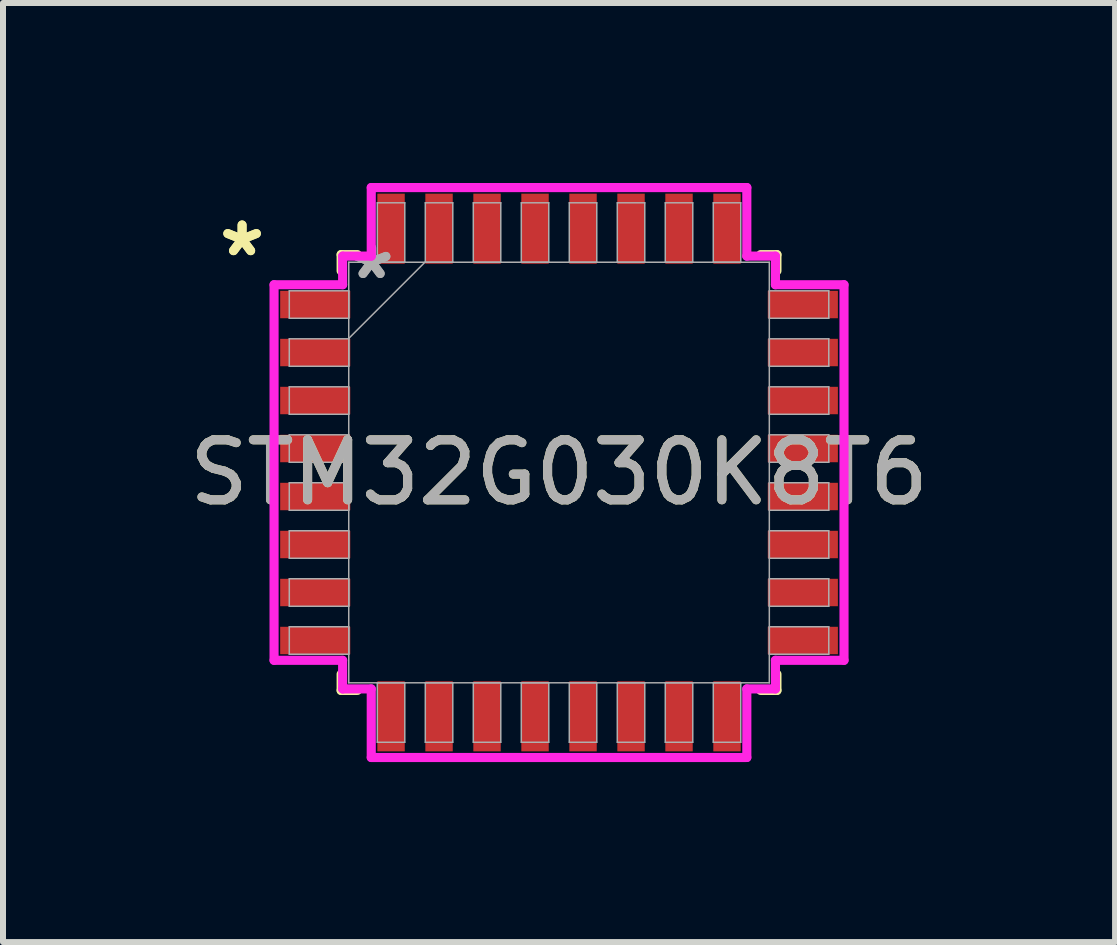
<source format=kicad_pcb>
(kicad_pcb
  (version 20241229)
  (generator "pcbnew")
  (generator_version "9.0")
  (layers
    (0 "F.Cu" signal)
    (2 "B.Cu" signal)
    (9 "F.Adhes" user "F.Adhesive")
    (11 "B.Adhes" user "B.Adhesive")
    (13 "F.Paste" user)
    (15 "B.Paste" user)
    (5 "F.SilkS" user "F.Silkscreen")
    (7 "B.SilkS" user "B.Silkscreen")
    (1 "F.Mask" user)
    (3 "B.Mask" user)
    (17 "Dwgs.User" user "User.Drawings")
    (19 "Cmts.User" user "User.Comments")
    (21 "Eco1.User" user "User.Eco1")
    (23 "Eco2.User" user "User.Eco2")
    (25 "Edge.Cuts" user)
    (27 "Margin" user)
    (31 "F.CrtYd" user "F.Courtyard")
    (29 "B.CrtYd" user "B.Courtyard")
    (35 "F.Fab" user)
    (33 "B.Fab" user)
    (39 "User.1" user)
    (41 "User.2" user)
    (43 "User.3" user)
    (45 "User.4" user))
  (footprint "STM32G030K8T6"
    (layer "F.Cu")
    (at 6.268 4.826)
    (property "Reference" "STM32G030K8T6" (at 0 0 0) (unlocked yes) (layer "F.SilkS") (effects (font (size 1 1) (thickness 0.15))))
    (attr smd)
    (fp_line (start -3.632 -3.632) (end -3.632 -3.361) (stroke (width 0.152) (type solid)) (layer "F.SilkS"))
    (fp_line (start -3.632 3.361) (end -3.632 3.632) (stroke (width 0.152) (type solid)) (layer "F.SilkS"))
    (fp_line (start -3.632 3.632) (end -3.361 3.632) (stroke (width 0.152) (type solid)) (layer "F.SilkS"))
    (fp_line (start -3.361 -3.632) (end -3.632 -3.632) (stroke (width 0.152) (type solid)) (layer "F.SilkS"))
    (fp_line (start 3.361 3.632) (end 3.632 3.632) (stroke (width 0.152) (type solid)) (layer "F.SilkS"))
    (fp_line (start 3.632 -3.632) (end 3.361 -3.632) (stroke (width 0.152) (type solid)) (layer "F.SilkS"))
    (fp_line (start 3.632 -3.361) (end 3.632 -3.632) (stroke (width 0.152) (type solid)) (layer "F.SilkS"))
    (fp_line (start 3.632 3.632) (end 3.632 3.361) (stroke (width 0.152) (type solid)) (layer "F.SilkS"))
    (fp_line (start -4.75 -3.13) (end -3.607 -3.13) (stroke (width 0.152) (type solid)) (layer "F.CrtYd"))
    (fp_line (start -4.75 3.13) (end -4.75 -3.13) (stroke (width 0.152) (type solid)) (layer "F.CrtYd"))
    (fp_line (start -3.607 -3.607) (end -3.13 -3.607) (stroke (width 0.152) (type solid)) (layer "F.CrtYd"))
    (fp_line (start -3.607 -3.13) (end -3.607 -3.607) (stroke (width 0.152) (type solid)) (layer "F.CrtYd"))
    (fp_line (start -3.607 3.13) (end -4.75 3.13) (stroke (width 0.152) (type solid)) (layer "F.CrtYd"))
    (fp_line (start -3.607 3.607) (end -3.607 3.13) (stroke (width 0.152) (type solid)) (layer "F.CrtYd"))
    (fp_line (start -3.607 3.607) (end -3.13 3.607) (stroke (width 0.152) (type solid)) (layer "F.CrtYd"))
    (fp_line (start -3.13 -4.75) (end 3.13 -4.75) (stroke (width 0.152) (type solid)) (layer "F.CrtYd"))
    (fp_line (start -3.13 -3.607) (end -3.13 -4.75) (stroke (width 0.152) (type solid)) (layer "F.CrtYd"))
    (fp_line (start -3.13 3.607) (end -3.13 4.75) (stroke (width 0.152) (type solid)) (layer "F.CrtYd"))
    (fp_line (start -3.13 4.75) (end 3.13 4.75) (stroke (width 0.152) (type solid)) (layer "F.CrtYd"))
    (fp_line (start 3.13 -4.75) (end 3.13 -3.607) (stroke (width 0.152) (type solid)) (layer "F.CrtYd"))
    (fp_line (start 3.13 -3.607) (end 3.607 -3.607) (stroke (width 0.152) (type solid)) (layer "F.CrtYd"))
    (fp_line (start 3.13 3.607) (end 3.607 3.607) (stroke (width 0.152) (type solid)) (layer "F.CrtYd"))
    (fp_line (start 3.13 4.75) (end 3.13 3.607) (stroke (width 0.152) (type solid)) (layer "F.CrtYd"))
    (fp_line (start 3.607 -3.13) (end 3.607 -3.607) (stroke (width 0.152) (type solid)) (layer "F.CrtYd"))
    (fp_line (start 3.607 3.13) (end 4.75 3.13) (stroke (width 0.152) (type solid)) (layer "F.CrtYd"))
    (fp_line (start 3.607 3.607) (end 3.607 3.13) (stroke (width 0.152) (type solid)) (layer "F.CrtYd"))
    (fp_line (start 4.75 -3.13) (end 3.607 -3.13) (stroke (width 0.152) (type solid)) (layer "F.CrtYd"))
    (fp_line (start 4.75 3.13) (end 4.75 -3.13) (stroke (width 0.152) (type solid)) (layer "F.CrtYd"))
    (fp_line (start -4.496 -3.029) (end -4.496 -2.571) (stroke (width 0.025) (type solid)) (layer "F.Fab"))
    (fp_line (start -4.496 -2.571) (end -3.505 -2.571) (stroke (width 0.025) (type solid)) (layer "F.Fab"))
    (fp_line (start -4.496 -2.229) (end -4.496 -1.771) (stroke (width 0.025) (type solid)) (layer "F.Fab"))
    (fp_line (start -4.496 -1.771) (end -3.505 -1.771) (stroke (width 0.025) (type solid)) (layer "F.Fab"))
    (fp_line (start -4.496 -1.429) (end -4.496 -0.971) (stroke (width 0.025) (type solid)) (layer "F.Fab"))
    (fp_line (start -4.496 -0.971) (end -3.505 -0.971) (stroke (width 0.025) (type solid)) (layer "F.Fab"))
    (fp_line (start -4.496 -0.629) (end -4.496 -0.171) (stroke (width 0.025) (type solid)) (layer "F.Fab"))
    (fp_line (start -4.496 -0.171) (end -3.505 -0.171) (stroke (width 0.025) (type solid)) (layer "F.Fab"))
    (fp_line (start -4.496 0.171) (end -4.496 0.629) (stroke (width 0.025) (type solid)) (layer "F.Fab"))
    (fp_line (start -4.496 0.629) (end -3.505 0.629) (stroke (width 0.025) (type solid)) (layer "F.Fab"))
    (fp_line (start -4.496 0.971) (end -4.496 1.429) (stroke (width 0.025) (type solid)) (layer "F.Fab"))
    (fp_line (start -4.496 1.429) (end -3.505 1.429) (stroke (width 0.025) (type solid)) (layer "F.Fab"))
    (fp_line (start -4.496 1.771) (end -4.496 2.229) (stroke (width 0.025) (type solid)) (layer "F.Fab"))
    (fp_line (start -4.496 2.229) (end -3.505 2.229) (stroke (width 0.025) (type solid)) (layer "F.Fab"))
    (fp_line (start -4.496 2.571) (end -4.496 3.029) (stroke (width 0.025) (type solid)) (layer "F.Fab"))
    (fp_line (start -4.496 3.029) (end -3.505 3.029) (stroke (width 0.025) (type solid)) (layer "F.Fab"))
    (fp_line (start -3.505 -3.505) (end -3.505 3.505) (stroke (width 0.025) (type solid)) (layer "F.Fab"))
    (fp_line (start -3.505 -3.029) (end -4.496 -3.029) (stroke (width 0.025) (type solid)) (layer "F.Fab"))
    (fp_line (start -3.505 -2.571) (end -3.505 -3.029) (stroke (width 0.025) (type solid)) (layer "F.Fab"))
    (fp_line (start -3.505 -2.235) (end -2.235 -3.505) (stroke (width 0.025) (type solid)) (layer "F.Fab"))
    (fp_line (start -3.505 -2.229) (end -4.496 -2.229) (stroke (width 0.025) (type solid)) (layer "F.Fab"))
    (fp_line (start -3.505 -1.771) (end -3.505 -2.229) (stroke (width 0.025) (type solid)) (layer "F.Fab"))
    (fp_line (start -3.505 -1.429) (end -4.496 -1.429) (stroke (width 0.025) (type solid)) (layer "F.Fab"))
    (fp_line (start -3.505 -0.971) (end -3.505 -1.429) (stroke (width 0.025) (type solid)) (layer "F.Fab"))
    (fp_line (start -3.505 -0.629) (end -4.496 -0.629) (stroke (width 0.025) (type solid)) (layer "F.Fab"))
    (fp_line (start -3.505 -0.171) (end -3.505 -0.629) (stroke (width 0.025) (type solid)) (layer "F.Fab"))
    (fp_line (start -3.505 0.171) (end -4.496 0.171) (stroke (width 0.025) (type solid)) (layer "F.Fab"))
    (fp_line (start -3.505 0.629) (end -3.505 0.171) (stroke (width 0.025) (type solid)) (layer "F.Fab"))
    (fp_line (start -3.505 0.971) (end -4.496 0.971) (stroke (width 0.025) (type solid)) (layer "F.Fab"))
    (fp_line (start -3.505 1.429) (end -3.505 0.971) (stroke (width 0.025) (type solid)) (layer "F.Fab"))
    (fp_line (start -3.505 1.771) (end -4.496 1.771) (stroke (width 0.025) (type solid)) (layer "F.Fab"))
    (fp_line (start -3.505 2.229) (end -3.505 1.771) (stroke (width 0.025) (type solid)) (layer "F.Fab"))
    (fp_line (start -3.505 2.571) (end -4.496 2.571) (stroke (width 0.025) (type solid)) (layer "F.Fab"))
    (fp_line (start -3.505 3.029) (end -3.505 2.571) (stroke (width 0.025) (type solid)) (layer "F.Fab"))
    (fp_line (start -3.505 3.505) (end 3.505 3.505) (stroke (width 0.025) (type solid)) (layer "F.Fab"))
    (fp_line (start -3.029 -4.496) (end -3.029 -3.505) (stroke (width 0.025) (type solid)) (layer "F.Fab"))
    (fp_line (start -3.029 -3.505) (end -2.571 -3.505) (stroke (width 0.025) (type solid)) (layer "F.Fab"))
    (fp_line (start -3.029 3.505) (end -3.029 4.496) (stroke (width 0.025) (type solid)) (layer "F.Fab"))
    (fp_line (start -3.029 4.496) (end -2.571 4.496) (stroke (width 0.025) (type solid)) (layer "F.Fab"))
    (fp_line (start -2.571 -4.496) (end -3.029 -4.496) (stroke (width 0.025) (type solid)) (layer "F.Fab"))
    (fp_line (start -2.571 -3.505) (end -2.571 -4.496) (stroke (width 0.025) (type solid)) (layer "F.Fab"))
    (fp_line (start -2.571 3.505) (end -3.029 3.505) (stroke (width 0.025) (type solid)) (layer "F.Fab"))
    (fp_line (start -2.571 4.496) (end -2.571 3.505) (stroke (width 0.025) (type solid)) (layer "F.Fab"))
    (fp_line (start -2.229 -4.496) (end -2.229 -3.505) (stroke (width 0.025) (type solid)) (layer "F.Fab"))
    (fp_line (start -2.229 -3.505) (end -1.771 -3.505) (stroke (width 0.025) (type solid)) (layer "F.Fab"))
    (fp_line (start -2.229 3.505) (end -2.229 4.496) (stroke (width 0.025) (type solid)) (layer "F.Fab"))
    (fp_line (start -2.229 4.496) (end -1.771 4.496) (stroke (width 0.025) (type solid)) (layer "F.Fab"))
    (fp_line (start -1.771 -4.496) (end -2.229 -4.496) (stroke (width 0.025) (type solid)) (layer "F.Fab"))
    (fp_line (start -1.771 -3.505) (end -1.771 -4.496) (stroke (width 0.025) (type solid)) (layer "F.Fab"))
    (fp_line (start -1.771 3.505) (end -2.229 3.505) (stroke (width 0.025) (type solid)) (layer "F.Fab"))
    (fp_line (start -1.771 4.496) (end -1.771 3.505) (stroke (width 0.025) (type solid)) (layer "F.Fab"))
    (fp_line (start -1.429 -4.496) (end -1.429 -3.505) (stroke (width 0.025) (type solid)) (layer "F.Fab"))
    (fp_line (start -1.429 -3.505) (end -0.971 -3.505) (stroke (width 0.025) (type solid)) (layer "F.Fab"))
    (fp_line (start -1.429 3.505) (end -1.429 4.496) (stroke (width 0.025) (type solid)) (layer "F.Fab"))
    (fp_line (start -1.429 4.496) (end -0.971 4.496) (stroke (width 0.025) (type solid)) (layer "F.Fab"))
    (fp_line (start -0.971 -4.496) (end -1.429 -4.496) (stroke (width 0.025) (type solid)) (layer "F.Fab"))
    (fp_line (start -0.971 -3.505) (end -0.971 -4.496) (stroke (width 0.025) (type solid)) (layer "F.Fab"))
    (fp_line (start -0.971 3.505) (end -1.429 3.505) (stroke (width 0.025) (type solid)) (layer "F.Fab"))
    (fp_line (start -0.971 4.496) (end -0.971 3.505) (stroke (width 0.025) (type solid)) (layer "F.Fab"))
    (fp_line (start -0.629 -4.496) (end -0.629 -3.505) (stroke (width 0.025) (type solid)) (layer "F.Fab"))
    (fp_line (start -0.629 -3.505) (end -0.171 -3.505) (stroke (width 0.025) (type solid)) (layer "F.Fab"))
    (fp_line (start -0.629 3.505) (end -0.629 4.496) (stroke (width 0.025) (type solid)) (layer "F.Fab"))
    (fp_line (start -0.629 4.496) (end -0.171 4.496) (stroke (width 0.025) (type solid)) (layer "F.Fab"))
    (fp_line (start -0.171 -4.496) (end -0.629 -4.496) (stroke (width 0.025) (type solid)) (layer "F.Fab"))
    (fp_line (start -0.171 -3.505) (end -0.171 -4.496) (stroke (width 0.025) (type solid)) (layer "F.Fab"))
    (fp_line (start -0.171 3.505) (end -0.629 3.505) (stroke (width 0.025) (type solid)) (layer "F.Fab"))
    (fp_line (start -0.171 4.496) (end -0.171 3.505) (stroke (width 0.025) (type solid)) (layer "F.Fab"))
    (fp_line (start 0.171 -4.496) (end 0.171 -3.505) (stroke (width 0.025) (type solid)) (layer "F.Fab"))
    (fp_line (start 0.171 -3.505) (end 0.629 -3.505) (stroke (width 0.025) (type solid)) (layer "F.Fab"))
    (fp_line (start 0.171 3.505) (end 0.171 4.496) (stroke (width 0.025) (type solid)) (layer "F.Fab"))
    (fp_line (start 0.171 4.496) (end 0.629 4.496) (stroke (width 0.025) (type solid)) (layer "F.Fab"))
    (fp_line (start 0.629 -4.496) (end 0.171 -4.496) (stroke (width 0.025) (type solid)) (layer "F.Fab"))
    (fp_line (start 0.629 -3.505) (end 0.629 -4.496) (stroke (width 0.025) (type solid)) (layer "F.Fab"))
    (fp_line (start 0.629 3.505) (end 0.171 3.505) (stroke (width 0.025) (type solid)) (layer "F.Fab"))
    (fp_line (start 0.629 4.496) (end 0.629 3.505) (stroke (width 0.025) (type solid)) (layer "F.Fab"))
    (fp_line (start 0.971 -4.496) (end 0.971 -3.505) (stroke (width 0.025) (type solid)) (layer "F.Fab"))
    (fp_line (start 0.971 -3.505) (end 1.429 -3.505) (stroke (width 0.025) (type solid)) (layer "F.Fab"))
    (fp_line (start 0.971 3.505) (end 0.971 4.496) (stroke (width 0.025) (type solid)) (layer "F.Fab"))
    (fp_line (start 0.971 4.496) (end 1.429 4.496) (stroke (width 0.025) (type solid)) (layer "F.Fab"))
    (fp_line (start 1.429 -4.496) (end 0.971 -4.496) (stroke (width 0.025) (type solid)) (layer "F.Fab"))
    (fp_line (start 1.429 -3.505) (end 1.429 -4.496) (stroke (width 0.025) (type solid)) (layer "F.Fab"))
    (fp_line (start 1.429 3.505) (end 0.971 3.505) (stroke (width 0.025) (type solid)) (layer "F.Fab"))
    (fp_line (start 1.429 4.496) (end 1.429 3.505) (stroke (width 0.025) (type solid)) (layer "F.Fab"))
    (fp_line (start 1.771 -4.496) (end 1.771 -3.505) (stroke (width 0.025) (type solid)) (layer "F.Fab"))
    (fp_line (start 1.771 -3.505) (end 2.229 -3.505) (stroke (width 0.025) (type solid)) (layer "F.Fab"))
    (fp_line (start 1.771 3.505) (end 1.771 4.496) (stroke (width 0.025) (type solid)) (layer "F.Fab"))
    (fp_line (start 1.771 4.496) (end 2.229 4.496) (stroke (width 0.025) (type solid)) (layer "F.Fab"))
    (fp_line (start 2.229 -4.496) (end 1.771 -4.496) (stroke (width 0.025) (type solid)) (layer "F.Fab"))
    (fp_line (start 2.229 -3.505) (end 2.229 -4.496) (stroke (width 0.025) (type solid)) (layer "F.Fab"))
    (fp_line (start 2.229 3.505) (end 1.771 3.505) (stroke (width 0.025) (type solid)) (layer "F.Fab"))
    (fp_line (start 2.229 4.496) (end 2.229 3.505) (stroke (width 0.025) (type solid)) (layer "F.Fab"))
    (fp_line (start 2.571 -4.496) (end 2.571 -3.505) (stroke (width 0.025) (type solid)) (layer "F.Fab"))
    (fp_line (start 2.571 -3.505) (end 3.029 -3.505) (stroke (width 0.025) (type solid)) (layer "F.Fab"))
    (fp_line (start 2.571 3.505) (end 2.571 4.496) (stroke (width 0.025) (type solid)) (layer "F.Fab"))
    (fp_line (start 2.571 4.496) (end 3.029 4.496) (stroke (width 0.025) (type solid)) (layer "F.Fab"))
    (fp_line (start 3.029 -4.496) (end 2.571 -4.496) (stroke (width 0.025) (type solid)) (layer "F.Fab"))
    (fp_line (start 3.029 -3.505) (end 3.029 -4.496) (stroke (width 0.025) (type solid)) (layer "F.Fab"))
    (fp_line (start 3.029 3.505) (end 2.571 3.505) (stroke (width 0.025) (type solid)) (layer "F.Fab"))
    (fp_line (start 3.029 4.496) (end 3.029 3.505) (stroke (width 0.025) (type solid)) (layer "F.Fab"))
    (fp_line (start 3.505 -3.505) (end -3.505 -3.505) (stroke (width 0.025) (type solid)) (layer "F.Fab"))
    (fp_line (start 3.505 -3.029) (end 3.505 -2.571) (stroke (width 0.025) (type solid)) (layer "F.Fab"))
    (fp_line (start 3.505 -2.571) (end 4.496 -2.571) (stroke (width 0.025) (type solid)) (layer "F.Fab"))
    (fp_line (start 3.505 -2.229) (end 3.505 -1.771) (stroke (width 0.025) (type solid)) (layer "F.Fab"))
    (fp_line (start 3.505 -1.771) (end 4.496 -1.771) (stroke (width 0.025) (type solid)) (layer "F.Fab"))
    (fp_line (start 3.505 -1.429) (end 3.505 -0.971) (stroke (width 0.025) (type solid)) (layer "F.Fab"))
    (fp_line (start 3.505 -0.971) (end 4.496 -0.971) (stroke (width 0.025) (type solid)) (layer "F.Fab"))
    (fp_line (start 3.505 -0.629) (end 3.505 -0.171) (stroke (width 0.025) (type solid)) (layer "F.Fab"))
    (fp_line (start 3.505 -0.171) (end 4.496 -0.171) (stroke (width 0.025) (type solid)) (layer "F.Fab"))
    (fp_line (start 3.505 0.171) (end 3.505 0.629) (stroke (width 0.025) (type solid)) (layer "F.Fab"))
    (fp_line (start 3.505 0.629) (end 4.496 0.629) (stroke (width 0.025) (type solid)) (layer "F.Fab"))
    (fp_line (start 3.505 0.971) (end 3.505 1.429) (stroke (width 0.025) (type solid)) (layer "F.Fab"))
    (fp_line (start 3.505 1.429) (end 4.496 1.429) (stroke (width 0.025) (type solid)) (layer "F.Fab"))
    (fp_line (start 3.505 1.771) (end 3.505 2.229) (stroke (width 0.025) (type solid)) (layer "F.Fab"))
    (fp_line (start 3.505 2.229) (end 4.496 2.229) (stroke (width 0.025) (type solid)) (layer "F.Fab"))
    (fp_line (start 3.505 2.571) (end 3.505 3.029) (stroke (width 0.025) (type solid)) (layer "F.Fab"))
    (fp_line (start 3.505 3.029) (end 4.496 3.029) (stroke (width 0.025) (type solid)) (layer "F.Fab"))
    (fp_line (start 3.505 3.505) (end 3.505 -3.505) (stroke (width 0.025) (type solid)) (layer "F.Fab"))
    (fp_line (start 4.496 -3.029) (end 3.505 -3.029) (stroke (width 0.025) (type solid)) (layer "F.Fab"))
    (fp_line (start 4.496 -2.571) (end 4.496 -3.029) (stroke (width 0.025) (type solid)) (layer "F.Fab"))
    (fp_line (start 4.496 -2.229) (end 3.505 -2.229) (stroke (width 0.025) (type solid)) (layer "F.Fab"))
    (fp_line (start 4.496 -1.771) (end 4.496 -2.229) (stroke (width 0.025) (type solid)) (layer "F.Fab"))
    (fp_line (start 4.496 -1.429) (end 3.505 -1.429) (stroke (width 0.025) (type solid)) (layer "F.Fab"))
    (fp_line (start 4.496 -0.971) (end 4.496 -1.429) (stroke (width 0.025) (type solid)) (layer "F.Fab"))
    (fp_line (start 4.496 -0.629) (end 3.505 -0.629) (stroke (width 0.025) (type solid)) (layer "F.Fab"))
    (fp_line (start 4.496 -0.171) (end 4.496 -0.629) (stroke (width 0.025) (type solid)) (layer "F.Fab"))
    (fp_line (start 4.496 0.171) (end 3.505 0.171) (stroke (width 0.025) (type solid)) (layer "F.Fab"))
    (fp_line (start 4.496 0.629) (end 4.496 0.171) (stroke (width 0.025) (type solid)) (layer "F.Fab"))
    (fp_line (start 4.496 0.971) (end 3.505 0.971) (stroke (width 0.025) (type solid)) (layer "F.Fab"))
    (fp_line (start 4.496 1.429) (end 4.496 0.971) (stroke (width 0.025) (type solid)) (layer "F.Fab"))
    (fp_line (start 4.496 1.771) (end 3.505 1.771) (stroke (width 0.025) (type solid)) (layer "F.Fab"))
    (fp_line (start 4.496 2.229) (end 4.496 1.771) (stroke (width 0.025) (type solid)) (layer "F.Fab"))
    (fp_line (start 4.496 2.571) (end 3.505 2.571) (stroke (width 0.025) (type solid)) (layer "F.Fab"))
    (fp_line (start 4.496 3.029) (end 4.496 2.571) (stroke (width 0.025) (type solid)) (layer "F.Fab"))
    (fp_text user "*" (at -5.283 -3.581 0) (unlocked yes) (layer "F.SilkS") (effects (font (size 1 1) (thickness 0.15))))
    (fp_text user "*" (at -5.283 -3.581 0) (layer "F.SilkS") (effects (font (size 1 1) (thickness 0.15))))
    (fp_text user "*" (at -3.124 -3.2 0) (layer "F.Fab") (effects (font (size 1 1) (thickness 0.15))))
    (fp_text user "*" (at -3.124 -3.2 0) (unlocked yes) (layer "F.Fab") (effects (font (size 1 1) (thickness 0.15))))
    (fp_text user "${REFERENCE}" (at 0 0 0) (unlocked yes) (layer "F.Fab") (effects (font (size 1 1) (thickness 0.15))))
    (pad "1" smd rect (at -4.064 -2.8 90) (size 0.457 1.168) (layers "F.Cu" "F.Mask" "F.Paste"))
    (pad "2" smd rect (at -4.064 -2 90) (size 0.457 1.168) (layers "F.Cu" "F.Mask" "F.Paste"))
    (pad "3" smd rect (at -4.064 -1.2 90) (size 0.457 1.168) (layers "F.Cu" "F.Mask" "F.Paste"))
    (pad "4" smd rect (at -4.064 -0.4 90) (size 0.457 1.168) (layers "F.Cu" "F.Mask" "F.Paste"))
    (pad "5" smd rect (at -4.064 0.4 90) (size 0.457 1.168) (layers "F.Cu" "F.Mask" "F.Paste"))
    (pad "6" smd rect (at -4.064 1.2 90) (size 0.457 1.168) (layers "F.Cu" "F.Mask" "F.Paste"))
    (pad "7" smd rect (at -4.064 2 90) (size 0.457 1.168) (layers "F.Cu" "F.Mask" "F.Paste"))
    (pad "8" smd rect (at -4.064 2.8 90) (size 0.457 1.168) (layers "F.Cu" "F.Mask" "F.Paste"))
    (pad "9" smd rect (at -2.8 4.064) (size 0.457 1.168) (layers "F.Cu" "F.Mask" "F.Paste"))
    (pad "10" smd rect (at -2 4.064) (size 0.457 1.168) (layers "F.Cu" "F.Mask" "F.Paste"))
    (pad "11" smd rect (at -1.2 4.064) (size 0.457 1.168) (layers "F.Cu" "F.Mask" "F.Paste"))
    (pad "12" smd rect (at -0.4 4.064) (size 0.457 1.168) (layers "F.Cu" "F.Mask" "F.Paste"))
    (pad "13" smd rect (at 0.4 4.064) (size 0.457 1.168) (layers "F.Cu" "F.Mask" "F.Paste"))
    (pad "14" smd rect (at 1.2 4.064) (size 0.457 1.168) (layers "F.Cu" "F.Mask" "F.Paste"))
    (pad "15" smd rect (at 2 4.064) (size 0.457 1.168) (layers "F.Cu" "F.Mask" "F.Paste"))
    (pad "16" smd rect (at 2.8 4.064) (size 0.457 1.168) (layers "F.Cu" "F.Mask" "F.Paste"))
    (pad "17" smd rect (at 4.064 2.8 90) (size 0.457 1.168) (layers "F.Cu" "F.Mask" "F.Paste"))
    (pad "18" smd rect (at 4.064 2 90) (size 0.457 1.168) (layers "F.Cu" "F.Mask" "F.Paste"))
    (pad "19" smd rect (at 4.064 1.2 90) (size 0.457 1.168) (layers "F.Cu" "F.Mask" "F.Paste"))
    (pad "20" smd rect (at 4.064 0.4 90) (size 0.457 1.168) (layers "F.Cu" "F.Mask" "F.Paste"))
    (pad "21" smd rect (at 4.064 -0.4 90) (size 0.457 1.168) (layers "F.Cu" "F.Mask" "F.Paste"))
    (pad "22" smd rect (at 4.064 -1.2 90) (size 0.457 1.168) (layers "F.Cu" "F.Mask" "F.Paste"))
    (pad "23" smd rect (at 4.064 -2 90) (size 0.457 1.168) (layers "F.Cu" "F.Mask" "F.Paste"))
    (pad "24" smd rect (at 4.064 -2.8 90) (size 0.457 1.168) (layers "F.Cu" "F.Mask" "F.Paste"))
    (pad "25" smd rect (at 2.8 -4.064) (size 0.457 1.168) (layers "F.Cu" "F.Mask" "F.Paste"))
    (pad "26" smd rect (at 2 -4.064) (size 0.457 1.168) (layers "F.Cu" "F.Mask" "F.Paste"))
    (pad "27" smd rect (at 1.2 -4.064) (size 0.457 1.168) (layers "F.Cu" "F.Mask" "F.Paste"))
    (pad "28" smd rect (at 0.4 -4.064) (size 0.457 1.168) (layers "F.Cu" "F.Mask" "F.Paste"))
    (pad "29" smd rect (at -0.4 -4.064) (size 0.457 1.168) (layers "F.Cu" "F.Mask" "F.Paste"))
    (pad "30" smd rect (at -1.2 -4.064) (size 0.457 1.168) (layers "F.Cu" "F.Mask" "F.Paste"))
    (pad "31" smd rect (at -2 -4.064) (size 0.457 1.168) (layers "F.Cu" "F.Mask" "F.Paste"))
    (pad "32" smd rect (at -2.8 -4.064) (size 0.457 1.168) (layers "F.Cu" "F.Mask" "F.Paste")))
  (gr_rect
    (start -3 -3)
    (end 15.536 12.652)
    (stroke (width 0.1) (type default))
    (fill no)
    (layer "Edge.Cuts")))
</source>
